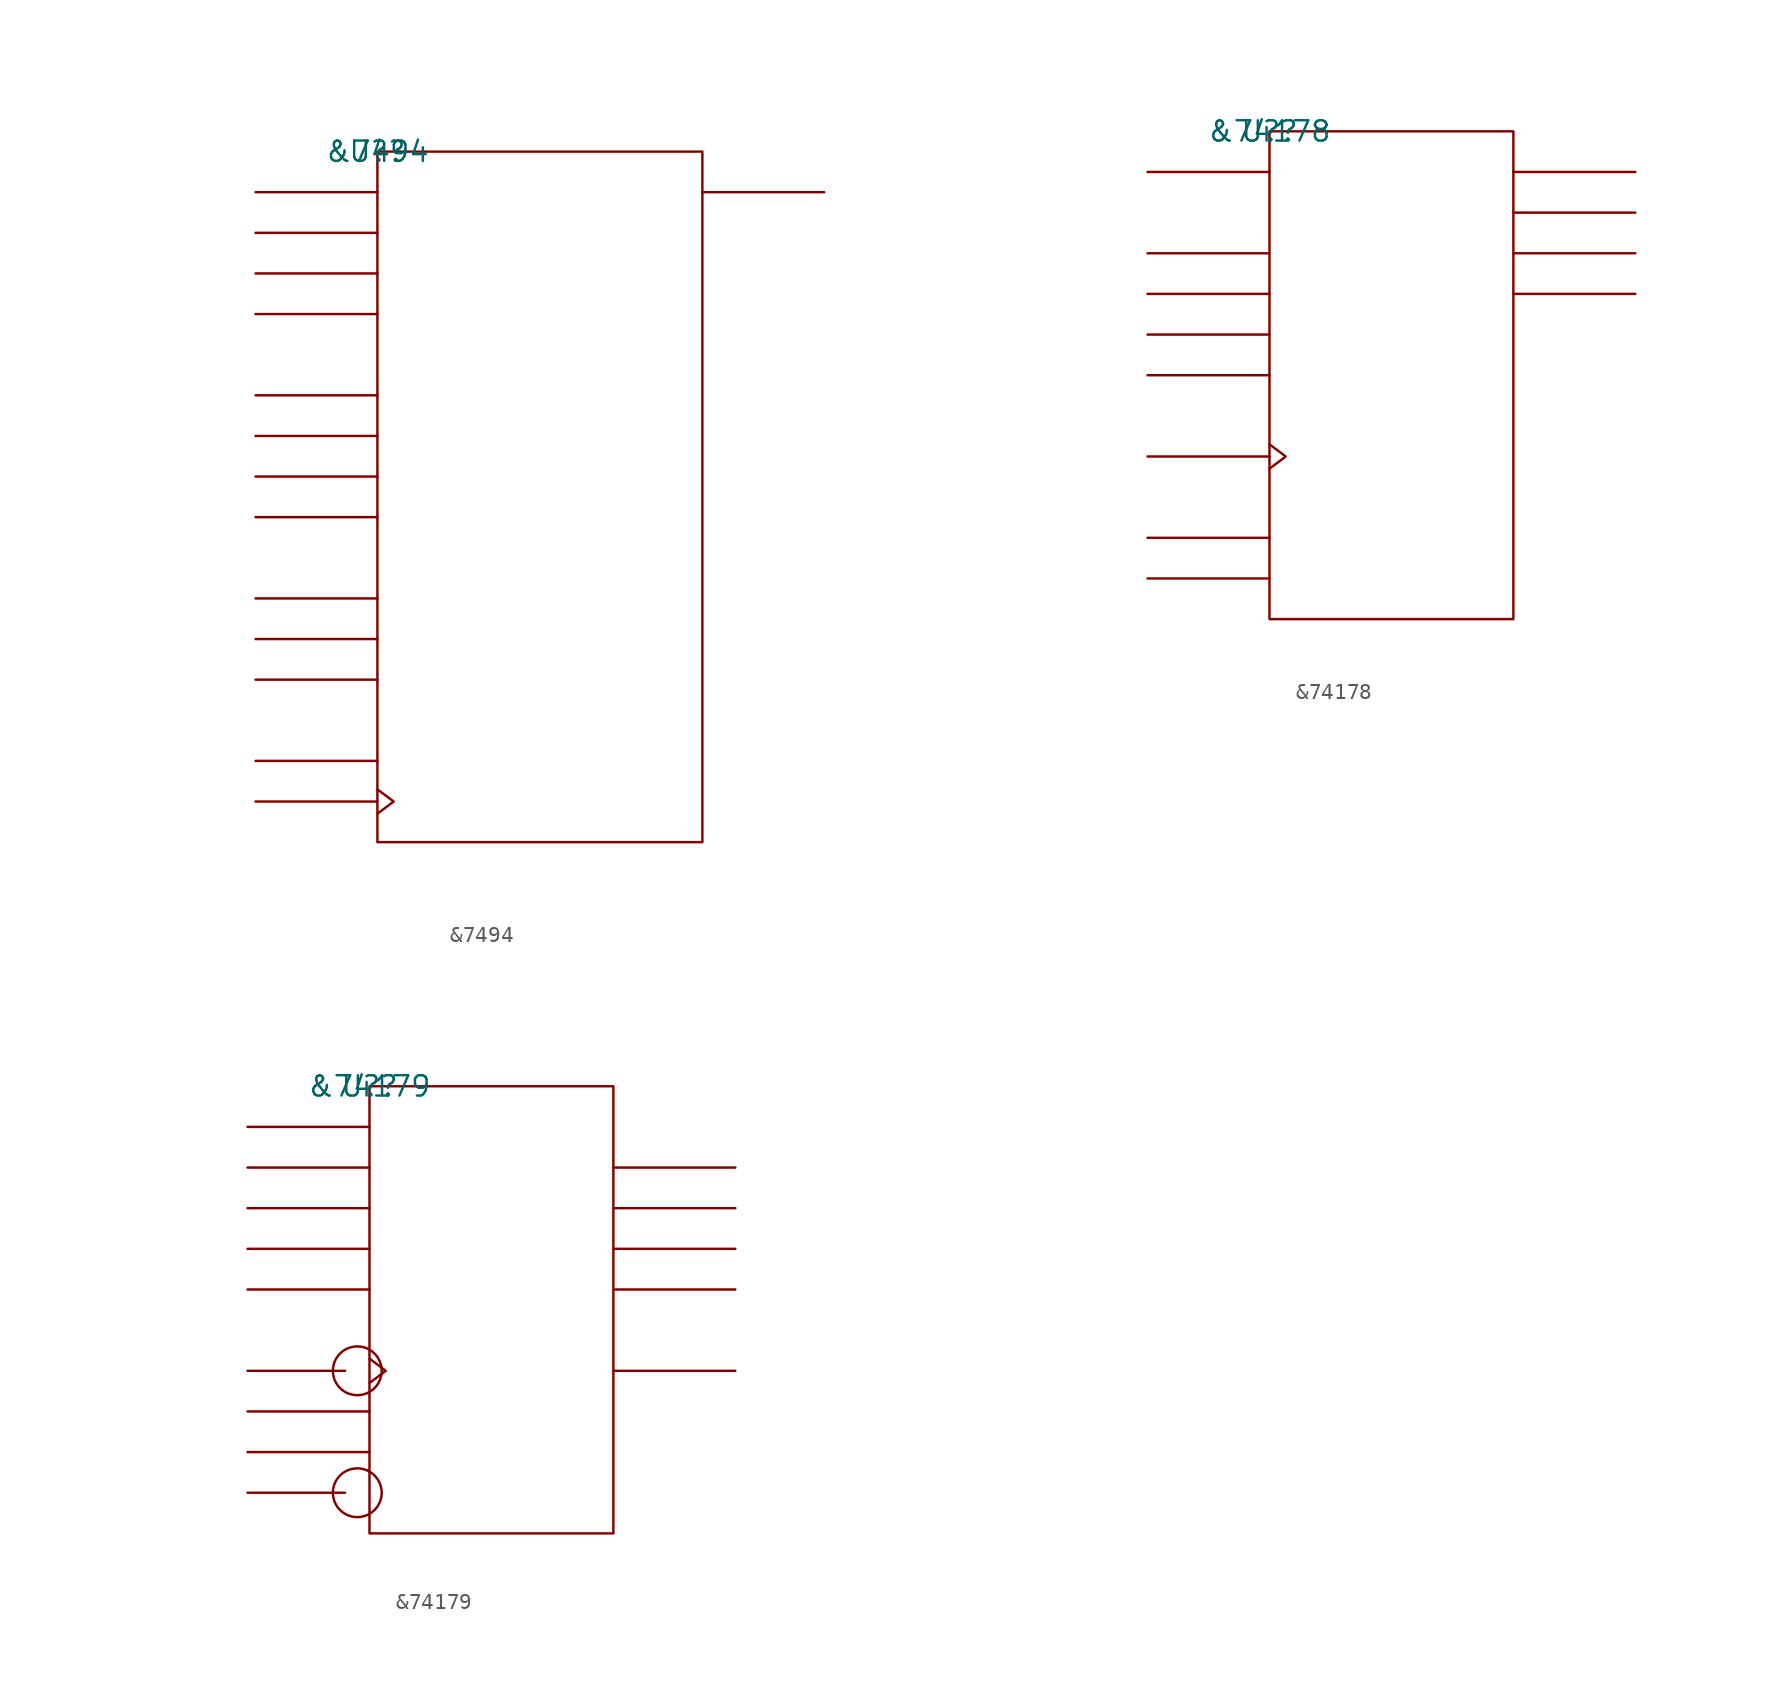
<source format=kicad_sym>
(kicad_symbol_lib
  (version 20211014)
  (generator kicad_symbol_editor)
  (symbol "&7494"
    (pin_names
      (offset 0.762))
    (property "Reference" "U?"
      (at 0 0 0)
      (effects (font (size 1.27 1.27))))
    (property "Value" "&7494"
      (at 0 0 0)
      (effects (font (size 1.27 1.27))))
    (symbol "&7494_0_1"
      (rectangle (start 0 -43.18) (end 20.32 0) (stroke (width 0) (type default) (color 0 0 0 0)) (fill (type none)))
      (polyline (pts (xy 0 -40.64) (xy -7.62 -40.64)) (stroke (width 0) (type default) (color 0 0 0 0)) (fill (type none)))
      (polyline (pts (xy 0 -38.1) (xy -7.62 -38.1)) (stroke (width 0) (type default) (color 0 0 0 0)) (fill (type none)))
      (polyline (pts (xy 0 -33.02) (xy -7.62 -33.02)) (stroke (width 0) (type default) (color 0 0 0 0)) (fill (type none)))
      (polyline (pts (xy 0 -30.48) (xy -7.62 -30.48)) (stroke (width 0) (type default) (color 0 0 0 0)) (fill (type none)))
      (polyline (pts (xy 0 -27.94) (xy -7.62 -27.94)) (stroke (width 0) (type default) (color 0 0 0 0)) (fill (type none)))
      (polyline (pts (xy 0 -22.86) (xy -7.62 -22.86)) (stroke (width 0) (type default) (color 0 0 0 0)) (fill (type none)))
      (polyline (pts (xy 0 -20.32) (xy -7.62 -20.32)) (stroke (width 0) (type default) (color 0 0 0 0)) (fill (type none)))
      (polyline (pts (xy 0 -17.78) (xy -7.62 -17.78)) (stroke (width 0) (type default) (color 0 0 0 0)) (fill (type none)))
      (polyline (pts (xy 0 -15.24) (xy -7.62 -15.24)) (stroke (width 0) (type default) (color 0 0 0 0)) (fill (type none)))
      (polyline (pts (xy 0 -10.16) (xy -7.62 -10.16)) (stroke (width 0) (type default) (color 0 0 0 0)) (fill (type none)))
      (polyline (pts (xy 0 -7.62) (xy -7.62 -7.62)) (stroke (width 0) (type default) (color 0 0 0 0)) (fill (type none)))
      (polyline (pts (xy 0 -5.08) (xy -7.62 -5.08)) (stroke (width 0) (type default) (color 0 0 0 0)) (fill (type none)))
      (polyline (pts (xy 0 -2.54) (xy -7.62 -2.54)) (stroke (width 0) (type default) (color 0 0 0 0)) (fill (type none)))
      (polyline (pts (xy 20.32 -2.54) (xy 27.94 -2.54)) (stroke (width 0) (type default) (color 0 0 0 0)) (fill (type none)))
      (polyline (pts (xy 0 -39.878) (xy 1.016 -40.64) (xy 0 -41.402)) (stroke (width 0) (type default) (color 0 0 0 0)) (fill (type none))))
    (symbol "&7494_1_1"
      (pin unspecified line (at -7.62 -2.54 0) (length 7.62) hide (name "P1A" (effects (font (size 1.245 1.245)))) (number "1" (effects (font (size 1.245 1.245)))))
      (pin unspecified line (at -7.62 -33.02 0) (length 7.62) hide (name "CLR" (effects (font (size 1.245 1.245)))) (number "10" (effects (font (size 1.245 1.245)))))
      (pin unspecified line (at -7.62 -22.86 0) (length 7.62) hide (name "P2D" (effects (font (size 1.245 1.245)))) (number "11" (effects (font (size 1.245 1.245)))))
      (pin power_in line (at 7.62 -43.18 180) (length 7.62) hide (name "GND" (effects (font (size 1.245 1.245)))) (number "12" (effects (font (size 1.245 1.245)))))
      (pin unspecified line (at -7.62 -20.32 0) (length 7.62) hide (name "P2C" (effects (font (size 1.245 1.245)))) (number "13" (effects (font (size 1.245 1.245)))))
      (pin unspecified line (at -7.62 -17.78 0) (length 7.62) hide (name "P2B" (effects (font (size 1.245 1.245)))) (number "14" (effects (font (size 1.245 1.245)))))
      (pin unspecified line (at -7.62 -30.48 0) (length 7.62) hide (name "PE2" (effects (font (size 1.245 1.245)))) (number "15" (effects (font (size 1.245 1.245)))))
      (pin unspecified line (at -7.62 -15.24 0) (length 7.62) hide (name "P2A" (effects (font (size 1.245 1.245)))) (number "16" (effects (font (size 1.245 1.245)))))
      (pin unspecified line (at -7.62 -5.08 0) (length 7.62) hide (name "P1B" (effects (font (size 1.245 1.245)))) (number "2" (effects (font (size 1.245 1.245)))))
      (pin unspecified line (at -7.62 -7.62 0) (length 7.62) hide (name "P1C" (effects (font (size 1.245 1.245)))) (number "3" (effects (font (size 1.245 1.245)))))
      (pin unspecified line (at -7.62 -10.16 0) (length 7.62) hide (name "P1D" (effects (font (size 1.245 1.245)))) (number "4" (effects (font (size 1.245 1.245)))))
      (pin power_in line (at 7.62 0 180) (length 7.62) hide (name "VCC" (effects (font (size 1.245 1.245)))) (number "5" (effects (font (size 1.245 1.245)))))
      (pin unspecified line (at -7.62 -27.94 0) (length 7.62) hide (name "PE1" (effects (font (size 1.245 1.245)))) (number "6" (effects (font (size 1.245 1.245)))))
      (pin unspecified line (at -7.62 -38.1 0) (length 7.62) hide (name "IN" (effects (font (size 1.245 1.245)))) (number "7" (effects (font (size 1.245 1.245)))))
      (pin unspecified line (at -7.62 -40.64 180) (length 7.62) hide (name "CLK" (effects (font (size 1.245 1.245)))) (number "8" (effects (font (size 1.245 1.245)))))
      (pin unspecified line (at 27.94 -2.54 180) (length 7.62) hide (name "OUT" (effects (font (size 1.245 1.245)))) (number "9" (effects (font (size 1.245 1.245)))))))
  (symbol "&74178"
    (pin_names
      (offset 0.762))
    (property "Reference" "U?"
      (at 0 0 0)
      (effects (font (size 1.27 1.27))))
    (property "Value" "&74178"
      (at 0 0 0)
      (effects (font (size 1.27 1.27))))
    (symbol "&74178_0_1"
      (rectangle (start 0 -30.48) (end 15.24 0) (stroke (width 0) (type default) (color 0 0 0 0)) (fill (type none)))
      (polyline (pts (xy 0 -27.94) (xy -7.62 -27.94)) (stroke (width 0) (type default) (color 0 0 0 0)) (fill (type none)))
      (polyline (pts (xy 0 -25.4) (xy -7.62 -25.4)) (stroke (width 0) (type default) (color 0 0 0 0)) (fill (type none)))
      (polyline (pts (xy 0 -20.32) (xy -7.62 -20.32)) (stroke (width 0) (type default) (color 0 0 0 0)) (fill (type none)))
      (polyline (pts (xy 0 -15.24) (xy -7.62 -15.24)) (stroke (width 0) (type default) (color 0 0 0 0)) (fill (type none)))
      (polyline (pts (xy 0 -12.7) (xy -7.62 -12.7)) (stroke (width 0) (type default) (color 0 0 0 0)) (fill (type none)))
      (polyline (pts (xy 0 -10.16) (xy -7.62 -10.16)) (stroke (width 0) (type default) (color 0 0 0 0)) (fill (type none)))
      (polyline (pts (xy 0 -7.62) (xy -7.62 -7.62)) (stroke (width 0) (type default) (color 0 0 0 0)) (fill (type none)))
      (polyline (pts (xy 0 -2.54) (xy -7.62 -2.54)) (stroke (width 0) (type default) (color 0 0 0 0)) (fill (type none)))
      (polyline (pts (xy 15.24 -10.16) (xy 22.86 -10.16)) (stroke (width 0) (type default) (color 0 0 0 0)) (fill (type none)))
      (polyline (pts (xy 15.24 -7.62) (xy 22.86 -7.62)) (stroke (width 0) (type default) (color 0 0 0 0)) (fill (type none)))
      (polyline (pts (xy 15.24 -5.08) (xy 22.86 -5.08)) (stroke (width 0) (type default) (color 0 0 0 0)) (fill (type none)))
      (polyline (pts (xy 15.24 -2.54) (xy 22.86 -2.54)) (stroke (width 0) (type default) (color 0 0 0 0)) (fill (type none)))
      (polyline (pts (xy 0 -19.558) (xy 1.016 -20.32) (xy 0 -21.082)) (stroke (width 0) (type default) (color 0 0 0 0)) (fill (type none))))
    (symbol "&74178_1_1"
      (pin unspecified line (at -7.62 -10.16 0) (length 7.62) hide (name "B" (effects (font (size 1.245 1.245)))) (number "1" (effects (font (size 1.245 1.245)))))
      (pin unspecified line (at 22.86 -10.16 180) (length 7.62) hide (name "QD" (effects (font (size 1.245 1.245)))) (number "10" (effects (font (size 1.245 1.245)))))
      (pin unspecified line (at -7.62 -27.94 0) (length 7.62) hide (name "SHIFT" (effects (font (size 1.245 1.245)))) (number "11" (effects (font (size 1.245 1.245)))))
      (pin unspecified line (at -7.62 -15.24 0) (length 7.62) hide (name "D" (effects (font (size 1.245 1.245)))) (number "12" (effects (font (size 1.245 1.245)))))
      (pin unspecified line (at -7.62 -12.7 0) (length 7.62) hide (name "C" (effects (font (size 1.245 1.245)))) (number "13" (effects (font (size 1.245 1.245)))))
      (pin power_in line (at 7.62 0 180) (length 7.62) hide (name "VCC" (effects (font (size 1.245 1.245)))) (number "14" (effects (font (size 1.245 1.245)))))
      (pin unspecified line (at -7.62 -7.62 0) (length 7.62) hide (name "A" (effects (font (size 1.245 1.245)))) (number "2" (effects (font (size 1.245 1.245)))))
      (pin unspecified line (at -7.62 -2.54 0) (length 7.62) hide (name "SER" (effects (font (size 1.245 1.245)))) (number "3" (effects (font (size 1.245 1.245)))))
      (pin unspecified line (at 22.86 -2.54 180) (length 7.62) hide (name "QA" (effects (font (size 1.245 1.245)))) (number "4" (effects (font (size 1.245 1.245)))))
      (pin unspecified line (at -7.62 -20.32 180) (length 7.62) hide (name "CLK" (effects (font (size 1.245 1.245)))) (number "5" (effects (font (size 1.245 1.245)))))
      (pin unspecified line (at 22.86 -5.08 180) (length 7.62) hide (name "QB" (effects (font (size 1.245 1.245)))) (number "6" (effects (font (size 1.245 1.245)))))
      (pin power_in line (at 10.16 -30.48 180) (length 7.62) hide (name "GND" (effects (font (size 1.245 1.245)))) (number "7" (effects (font (size 1.245 1.245)))))
      (pin unspecified line (at 22.86 -7.62 180) (length 7.62) hide (name "QC" (effects (font (size 1.245 1.245)))) (number "8" (effects (font (size 1.245 1.245)))))
      (pin unspecified line (at -7.62 -25.4 0) (length 7.62) hide (name "LOAD" (effects (font (size 1.245 1.245)))) (number "9" (effects (font (size 1.245 1.245)))))))
  (symbol "&74179"
    (pin_names
      (offset 0.762))
    (property "Reference" "U?"
      (at 0 0 0)
      (effects (font (size 1.27 1.27))))
    (property "Value" "&74179"
      (at 0 0 0)
      (effects (font (size 1.27 1.27))))
    (symbol "&74179_0_1"
      (circle (center -0.762 -25.4) (radius 1.524) (stroke (width 0) (type default) (color 0 0 0 0)) (fill (type none)))
      (circle (center -0.762 -17.78) (radius 1.524) (stroke (width 0) (type default) (color 0 0 0 0)) (fill (type none)))
      (rectangle (start 0 -27.94) (end 15.24 0) (stroke (width 0) (type default) (color 0 0 0 0)) (fill (type none)))
      (polyline (pts (xy -1.524 -25.4) (xy -7.62 -25.4)) (stroke (width 0) (type default) (color 0 0 0 0)) (fill (type none)))
      (polyline (pts (xy -1.524 -17.78) (xy -7.62 -17.78)) (stroke (width 0) (type default) (color 0 0 0 0)) (fill (type none)))
      (polyline (pts (xy 0 -22.86) (xy -7.62 -22.86)) (stroke (width 0) (type default) (color 0 0 0 0)) (fill (type none)))
      (polyline (pts (xy 0 -20.32) (xy -7.62 -20.32)) (stroke (width 0) (type default) (color 0 0 0 0)) (fill (type none)))
      (polyline (pts (xy 0 -12.7) (xy -7.62 -12.7)) (stroke (width 0) (type default) (color 0 0 0 0)) (fill (type none)))
      (polyline (pts (xy 0 -10.16) (xy -7.62 -10.16)) (stroke (width 0) (type default) (color 0 0 0 0)) (fill (type none)))
      (polyline (pts (xy 0 -7.62) (xy -7.62 -7.62)) (stroke (width 0) (type default) (color 0 0 0 0)) (fill (type none)))
      (polyline (pts (xy 0 -5.08) (xy -7.62 -5.08)) (stroke (width 0) (type default) (color 0 0 0 0)) (fill (type none)))
      (polyline (pts (xy 0 -2.54) (xy -7.62 -2.54)) (stroke (width 0) (type default) (color 0 0 0 0)) (fill (type none)))
      (polyline (pts (xy 15.24 -17.78) (xy 22.86 -17.78)) (stroke (width 0) (type default) (color 0 0 0 0)) (fill (type none)))
      (polyline (pts (xy 15.24 -12.7) (xy 22.86 -12.7)) (stroke (width 0) (type default) (color 0 0 0 0)) (fill (type none)))
      (polyline (pts (xy 15.24 -10.16) (xy 22.86 -10.16)) (stroke (width 0) (type default) (color 0 0 0 0)) (fill (type none)))
      (polyline (pts (xy 15.24 -7.62) (xy 22.86 -7.62)) (stroke (width 0) (type default) (color 0 0 0 0)) (fill (type none)))
      (polyline (pts (xy 15.24 -5.08) (xy 22.86 -5.08)) (stroke (width 0) (type default) (color 0 0 0 0)) (fill (type none)))
      (polyline (pts (xy 0 -17.018) (xy 1.016 -17.78) (xy 0 -18.542)) (stroke (width 0) (type default) (color 0 0 0 0)) (fill (type none))))
    (symbol "&74179_1_1"
      (pin unspecified line (at -7.62 -25.4 180) (length 7.62) hide (name "CLR" (effects (font (size 1.245 1.245)))) (number "1" (effects (font (size 1.245 1.245)))))
      (pin unspecified line (at -7.62 -22.86 0) (length 7.62) hide (name "LOAD" (effects (font (size 1.245 1.245)))) (number "10" (effects (font (size 1.245 1.245)))))
      (pin unspecified line (at 22.86 -12.7 180) (length 7.62) hide (name "QD" (effects (font (size 1.245 1.245)))) (number "11" (effects (font (size 1.245 1.245)))))
      (pin unspecified line (at 22.86 -17.78 180) (length 7.62) hide (name "Q\\D\\" (effects (font (size 1.245 1.245)))) (number "12" (effects (font (size 1.245 1.245)))))
      (pin unspecified line (at -7.62 -20.32 0) (length 7.62) hide (name "SHIFT" (effects (font (size 1.245 1.245)))) (number "13" (effects (font (size 1.245 1.245)))))
      (pin unspecified line (at -7.62 -12.7 0) (length 7.62) hide (name "D" (effects (font (size 1.245 1.245)))) (number "14" (effects (font (size 1.245 1.245)))))
      (pin unspecified line (at -7.62 -10.16 0) (length 7.62) hide (name "C" (effects (font (size 1.245 1.245)))) (number "15" (effects (font (size 1.245 1.245)))))
      (pin power_in line (at 7.62 0 180) (length 7.62) hide (name "VCC" (effects (font (size 1.245 1.245)))) (number "16" (effects (font (size 1.245 1.245)))))
      (pin unspecified line (at -7.62 -7.62 0) (length 7.62) hide (name "B" (effects (font (size 1.245 1.245)))) (number "2" (effects (font (size 1.245 1.245)))))
      (pin unspecified line (at -7.62 -5.08 0) (length 7.62) hide (name "A" (effects (font (size 1.245 1.245)))) (number "3" (effects (font (size 1.245 1.245)))))
      (pin unspecified line (at -7.62 -2.54 0) (length 7.62) hide (name "SER" (effects (font (size 1.245 1.245)))) (number "4" (effects (font (size 1.245 1.245)))))
      (pin unspecified line (at 22.86 -5.08 180) (length 7.62) hide (name "QA" (effects (font (size 1.245 1.245)))) (number "5" (effects (font (size 1.245 1.245)))))
      (pin unspecified line (at -7.62 -17.78 180) (length 7.62) hide (name "CLK" (effects (font (size 1.245 1.245)))) (number "6" (effects (font (size 1.245 1.245)))))
      (pin unspecified line (at 22.86 -7.62 180) (length 7.62) hide (name "QB" (effects (font (size 1.245 1.245)))) (number "7" (effects (font (size 1.245 1.245)))))
      (pin power_in line (at 10.16 -27.94 180) (length 7.62) hide (name "GND" (effects (font (size 1.245 1.245)))) (number "8" (effects (font (size 1.245 1.245)))))
      (pin unspecified line (at 22.86 -10.16 180) (length 7.62) hide (name "QC" (effects (font (size 1.245 1.245)))) (number "9" (effects (font (size 1.245 1.245))))))))
</source>
